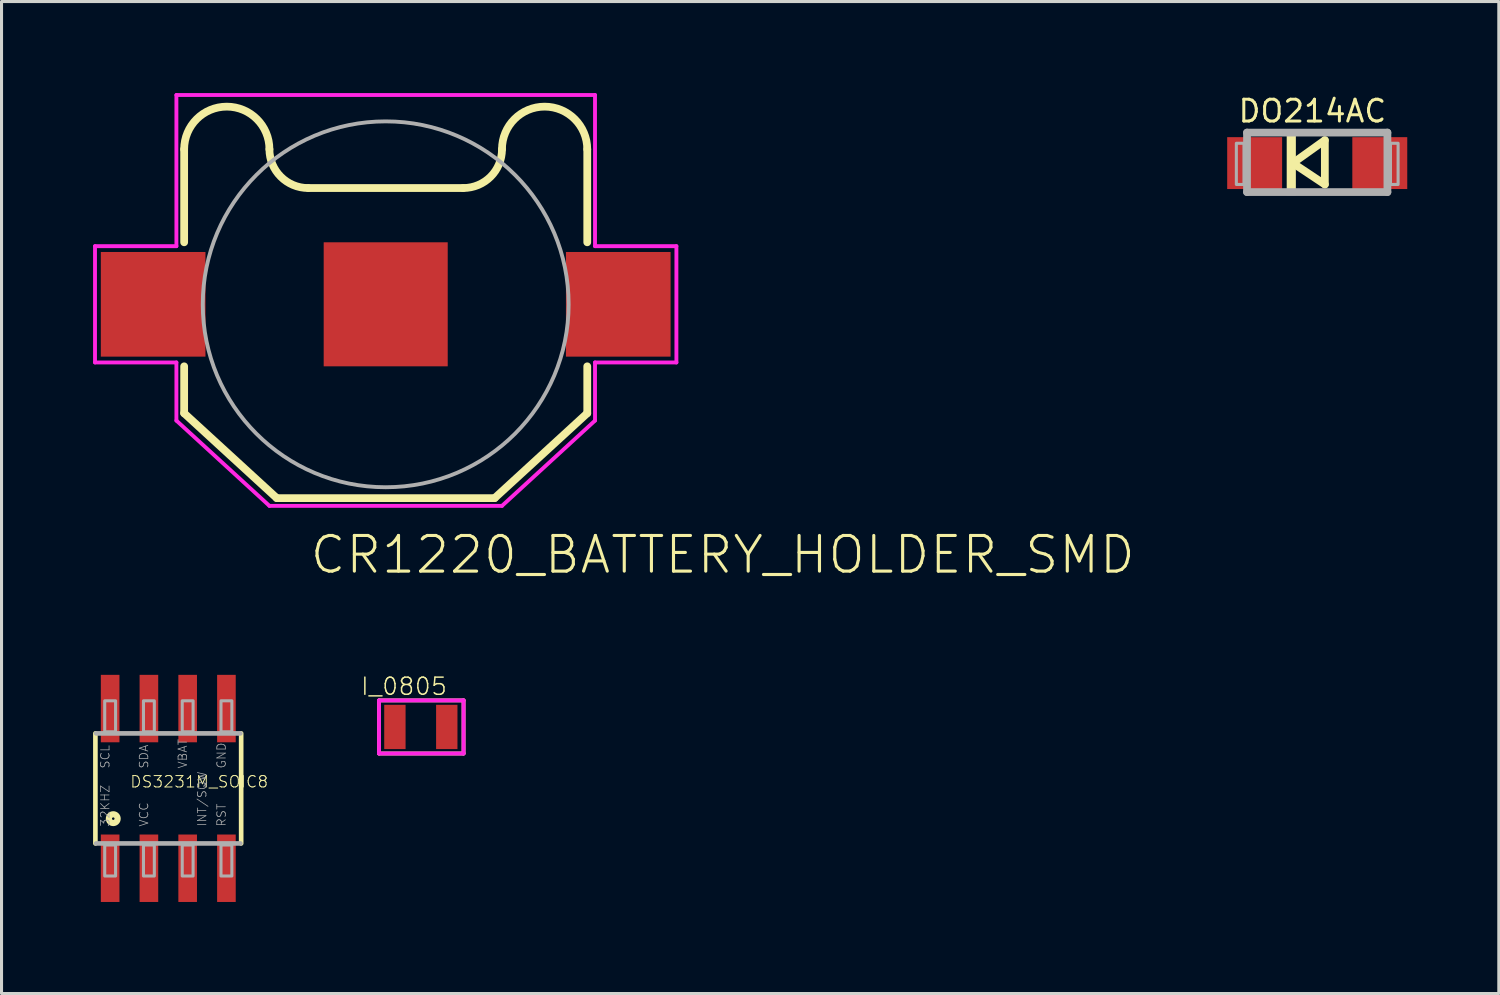
<source format=kicad_pcb>
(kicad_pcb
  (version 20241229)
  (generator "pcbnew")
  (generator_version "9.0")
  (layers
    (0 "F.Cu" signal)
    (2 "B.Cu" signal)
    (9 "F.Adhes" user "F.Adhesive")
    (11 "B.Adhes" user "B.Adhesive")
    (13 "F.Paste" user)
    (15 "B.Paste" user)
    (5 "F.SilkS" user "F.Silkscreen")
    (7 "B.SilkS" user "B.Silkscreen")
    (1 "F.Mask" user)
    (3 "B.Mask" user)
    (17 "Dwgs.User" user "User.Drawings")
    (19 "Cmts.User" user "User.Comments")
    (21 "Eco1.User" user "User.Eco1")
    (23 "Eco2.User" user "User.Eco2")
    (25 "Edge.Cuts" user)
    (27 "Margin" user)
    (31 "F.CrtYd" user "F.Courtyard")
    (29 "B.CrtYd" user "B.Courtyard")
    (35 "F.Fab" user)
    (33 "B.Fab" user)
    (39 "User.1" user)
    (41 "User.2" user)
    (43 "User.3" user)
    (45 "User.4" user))
  (footprint "I_0805"
    (layer "F.Cu")
    (at 10.739 20.769)
    (property "Reference" "I_0805" (at -2 -1 0) (layer "F.SilkS") (effects (font (size 0.561 0.561) (thickness 0.049)) (justify left bottom)))
    (fp_line (start -1.37 0.87) (end -1.37 -0.87) (stroke (width 0.127) (type solid)) (layer "F.SilkS"))
    (fp_line (start -1.36 -0.87) (end 1.4 -0.87) (stroke (width 0.127) (type solid)) (layer "F.SilkS"))
    (fp_line (start 1.4 -0.87) (end 1.4 0.87) (stroke (width 0.127) (type solid)) (layer "F.SilkS"))
    (fp_line (start 1.4 0.87) (end -1.37 0.87) (stroke (width 0.127) (type solid)) (layer "F.SilkS"))
    (fp_line (start -1.37 -0.87) (end 1.4 -0.87) (stroke (width 0.127) (type solid)) (layer "F.CrtYd"))
    (fp_line (start -1.37 0.87) (end -1.37 -0.87) (stroke (width 0.127) (type solid)) (layer "F.CrtYd"))
    (fp_line (start 1.4 -0.87) (end 1.4 0.87) (stroke (width 0.127) (type solid)) (layer "F.CrtYd"))
    (fp_line (start 1.4 0.87) (end -1.37 0.87) (stroke (width 0.127) (type solid)) (layer "F.CrtYd"))
    (pad "P$1" smd rect (at -0.85 0) (size 0.7 1.45) (layers "F.Cu" "F.Mask" "F.Paste"))
    (pad "P$2" smd rect (at 0.85 0) (size 0.7 1.45) (layers "F.Cu" "F.Mask" "F.Paste")))
  (footprint "CR1220_BATTERY_HOLDER_SMD"
    (layer "F.Cu")
    (at 9.588 6.921)
    (property "Reference" "CR1220_BATTERY_HOLDER_SMD" (at -2.54 8.89 0) (layer "F.SilkS") (effects (font (size 1.168 1.168) (thickness 0.102)) (justify left bottom)))
    (fp_line (start -6.604 -2.032) (end -6.604 -5.08) (stroke (width 0.254) (type solid)) (layer "F.SilkS"))
    (fp_line (start -6.604 2.032) (end -6.604 3.569) (stroke (width 0.254) (type solid)) (layer "F.SilkS"))
    (fp_line (start -6.604 3.569) (end -3.569 6.35) (stroke (width 0.254) (type solid)) (layer "F.SilkS"))
    (fp_line (start -3.569 6.35) (end 3.569 6.35) (stroke (width 0.254) (type solid)) (layer "F.SilkS"))
    (fp_line (start -2.54 -3.81) (end 2.54 -3.81) (stroke (width 0.254) (type solid)) (layer "F.SilkS"))
    (fp_line (start 3.569 6.35) (end 6.604 3.569) (stroke (width 0.254) (type solid)) (layer "F.SilkS"))
    (fp_line (start 6.604 -2.032) (end 6.604 -5.08) (stroke (width 0.254) (type solid)) (layer "F.SilkS"))
    (fp_line (start 6.604 2.032) (end 6.604 3.569) (stroke (width 0.254) (type solid)) (layer "F.SilkS"))
    (fp_arc (start -6.604 -5.08) (mid -5.207 -6.477) (end -3.81 -5.08) (stroke (width 0.254) (type solid)) (layer "F.SilkS"))
    (fp_arc (start -2.54 -3.81) (mid -3.438026 -4.181974) (end -3.81 -5.08) (stroke (width 0.254) (type solid)) (layer "F.SilkS"))
    (fp_arc (start 3.81 -5.08) (mid 3.438026 -4.181974) (end 2.54 -3.81) (stroke (width 0.254) (type solid)) (layer "F.SilkS"))
    (fp_arc (start 3.81 -5.08) (mid 5.207 -6.477) (end 6.604 -5.08) (stroke (width 0.254) (type solid)) (layer "F.SilkS"))
    (fp_line (start -9.525 -1.905) (end -9.525 1.905) (stroke (width 0.127) (type solid)) (layer "F.CrtYd"))
    (fp_line (start -9.525 1.905) (end -6.858 1.905) (stroke (width 0.127) (type solid)) (layer "F.CrtYd"))
    (fp_line (start -6.858 -6.858) (end -6.858 -1.905) (stroke (width 0.127) (type solid)) (layer "F.CrtYd"))
    (fp_line (start -6.858 -1.905) (end -9.525 -1.905) (stroke (width 0.127) (type solid)) (layer "F.CrtYd"))
    (fp_line (start -6.858 1.905) (end -6.858 3.81) (stroke (width 0.127) (type solid)) (layer "F.CrtYd"))
    (fp_line (start -6.858 3.81) (end -3.81 6.604) (stroke (width 0.127) (type solid)) (layer "F.CrtYd"))
    (fp_line (start -3.81 6.604) (end 3.81 6.604) (stroke (width 0.127) (type solid)) (layer "F.CrtYd"))
    (fp_line (start 3.81 6.604) (end 6.858 3.81) (stroke (width 0.127) (type solid)) (layer "F.CrtYd"))
    (fp_line (start 6.858 -6.858) (end -6.858 -6.858) (stroke (width 0.127) (type solid)) (layer "F.CrtYd"))
    (fp_line (start 6.858 -1.905) (end 6.858 -6.858) (stroke (width 0.127) (type solid)) (layer "F.CrtYd"))
    (fp_line (start 6.858 1.905) (end 9.525 1.905) (stroke (width 0.127) (type solid)) (layer "F.CrtYd"))
    (fp_line (start 6.858 3.81) (end 6.858 1.905) (stroke (width 0.127) (type solid)) (layer "F.CrtYd"))
    (fp_line (start 9.525 -1.905) (end 6.858 -1.905) (stroke (width 0.127) (type solid)) (layer "F.CrtYd"))
    (fp_line (start 9.525 1.905) (end 9.525 -1.905) (stroke (width 0.127) (type solid)) (layer "F.CrtYd"))
    (fp_circle (center 0 0) (end 5.994 0) (stroke (width 0.127) (type solid)) (fill no) (layer "F.Fab"))
    (pad "GND" smd rect (at 0 0) (size 4.064 4.064) (layers "F.Cu" "F.Mask" "F.Paste"))
    (pad "P$1" smd rect (at -7.62 0) (size 3.429 3.429) (layers "F.Cu" "F.Mask" "F.Paste"))
    (pad "P$2" smd rect (at 7.62 0) (size 3.429 3.429) (layers "F.Cu" "F.Mask" "F.Paste")))
  (footprint "DO214AC"
    (layer "F.Cu")
    (at 40.11 2.294)
    (property "Reference" "DO214AC" (at -2.64 -1.286 0) (layer "F.SilkS") (effects (font (size 0.715 0.715) (thickness 0.098)) (justify left bottom)))
    (fp_line (start -0.8 0) (end 0.25 -0.75) (stroke (width 0.254) (type solid)) (layer "F.SilkS"))
    (fp_line (start 0.25 -0.75) (end 0.25 0.7) (stroke (width 0.254) (type solid)) (layer "F.SilkS"))
    (fp_line (start 0.25 0.7) (end -0.8 0) (stroke (width 0.254) (type solid)) (layer "F.SilkS"))
    (fp_poly (pts (xy -1 1.05) (xy -0.7 1.05) (xy -0.7 -1.05) (xy -1 -1.05)) (stroke (width 0) (type solid)) (fill yes) (layer "F.SilkS"))
    (fp_line (start -2.3 -1) (end 2.3 -1) (stroke (width 0.254) (type solid)) (layer "F.Fab"))
    (fp_line (start -2.3 0.95) (end -2.3 -1) (stroke (width 0.254) (type solid)) (layer "F.Fab"))
    (fp_line (start 2.3 -1) (end 2.3 0.95) (stroke (width 0.254) (type solid)) (layer "F.Fab"))
    (fp_line (start 2.3 0.95) (end -2.3 0.95) (stroke (width 0.254) (type solid)) (layer "F.Fab"))
    (fp_poly (pts (xy -2.65 0.7) (xy -2.4 0.7) (xy -2.4 -0.65) (xy -2.65 -0.65)) (stroke (width 0.1) (type solid)) (fill no) (layer "F.Fab"))
    (fp_poly (pts (xy 2.4 0.7) (xy 2.65 0.7) (xy 2.65 -0.65) (xy 2.4 -0.65)) (stroke (width 0.1) (type solid)) (fill no) (layer "F.Fab"))
    (pad "A" smd rect (at 2.05 0) (size 1.8 1.7) (layers "F.Cu" "F.Mask" "F.Paste"))
    (pad "C" smd rect (at -2.05 0) (size 1.8 1.7) (layers "F.Cu" "F.Mask" "F.Paste")))
  (footprint "DS3231M_SOIC8"
    (layer "F.Cu")
    (at 2.464 22.783)
    (property "Reference" "DS3231M_SOIC8" (at -1.27 0 0) (layer "F.SilkS") (effects (font (size 0.374 0.374) (thickness 0.033)) (justify left bottom)))
    (fp_line (start -2.388 -1.803) (end -2.388 1.803) (stroke (width 0.152) (type solid)) (layer "F.SilkS"))
    (fp_line (start 2.388 1.803) (end 2.388 -1.803) (stroke (width 0.152) (type solid)) (layer "F.SilkS"))
    (fp_circle (center -1.803 0.991) (end -1.66 0.991) (stroke (width 0.203) (type solid)) (fill no) (layer "F.SilkS"))
    (fp_line (start -2.362 1.803) (end 2.362 1.803) (stroke (width 0.152) (type solid)) (layer "F.Fab"))
    (fp_line (start 2.362 -1.803) (end -2.362 -1.803) (stroke (width 0.152) (type solid)) (layer "F.Fab"))
    (fp_poly (pts (xy -2.083 -1.854) (xy -1.727 -1.854) (xy -1.727 -2.87) (xy -2.083 -2.87)) (stroke (width 0.1) (type solid)) (fill no) (layer "F.Fab"))
    (fp_poly (pts (xy -2.083 2.87) (xy -1.727 2.87) (xy -1.727 1.854) (xy -2.083 1.854)) (stroke (width 0.1) (type solid)) (fill no) (layer "F.Fab"))
    (fp_poly (pts (xy -0.813 -1.854) (xy -0.457 -1.854) (xy -0.457 -2.87) (xy -0.813 -2.87)) (stroke (width 0.1) (type solid)) (fill no) (layer "F.Fab"))
    (fp_poly (pts (xy -0.813 2.87) (xy -0.457 2.87) (xy -0.457 1.854) (xy -0.813 1.854)) (stroke (width 0.1) (type solid)) (fill no) (layer "F.Fab"))
    (fp_poly (pts (xy 0.457 -1.854) (xy 0.813 -1.854) (xy 0.813 -2.87) (xy 0.457 -2.87)) (stroke (width 0.1) (type solid)) (fill no) (layer "F.Fab"))
    (fp_poly (pts (xy 0.457 2.87) (xy 0.813 2.87) (xy 0.813 1.854) (xy 0.457 1.854)) (stroke (width 0.1) (type solid)) (fill no) (layer "F.Fab"))
    (fp_poly (pts (xy 1.727 -1.854) (xy 2.083 -1.854) (xy 2.083 -2.87) (xy 1.727 -2.87)) (stroke (width 0.1) (type solid)) (fill no) (layer "F.Fab"))
    (fp_poly (pts (xy 1.727 2.87) (xy 2.083 2.87) (xy 2.083 1.854) (xy 1.727 1.854)) (stroke (width 0.1) (type solid)) (fill no) (layer "F.Fab"))
    (fp_text user "SCL" (at -1.905 -0.635 90) (layer "F.Fab") (effects (font (size 0.28 0.28) (thickness 0.024)) (justify left bottom)))
    (fp_text user "VBAT" (at 0.635 -0.635 90) (layer "F.Fab") (effects (font (size 0.28 0.28) (thickness 0.024)) (justify left bottom)))
    (fp_text user "32KHZ" (at -1.905 1.27 90) (layer "F.Fab") (effects (font (size 0.28 0.28) (thickness 0.024)) (justify left bottom)))
    (fp_text user "INT/SQW" (at 1.27 1.27 90) (layer "F.Fab") (effects (font (size 0.28 0.28) (thickness 0.024)) (justify left bottom)))
    (fp_text user "VCC" (at -0.635 1.27 90) (layer "F.Fab") (effects (font (size 0.28 0.28) (thickness 0.024)) (justify left bottom)))
    (fp_text user "GND" (at 1.905 -0.635 90) (layer "F.Fab") (effects (font (size 0.28 0.28) (thickness 0.024)) (justify left bottom)))
    (fp_text user "SDA" (at -0.635 -0.635 90) (layer "F.Fab") (effects (font (size 0.28 0.28) (thickness 0.024)) (justify left bottom)))
    (fp_text user "RST" (at 1.905 1.27 90) (layer "F.Fab") (effects (font (size 0.28 0.28) (thickness 0.024)) (justify left bottom)))
    (pad "1" smd rect (at -1.905 2.616) (size 0.61 2.21) (layers "F.Cu" "F.Mask" "F.Paste"))
    (pad "2" smd rect (at -0.635 2.616) (size 0.61 2.21) (layers "F.Cu" "F.Mask" "F.Paste"))
    (pad "3" smd rect (at 0.635 2.616) (size 0.61 2.21) (layers "F.Cu" "F.Mask" "F.Paste"))
    (pad "4" smd rect (at 1.905 2.616) (size 0.61 2.21) (layers "F.Cu" "F.Mask" "F.Paste"))
    (pad "5" smd rect (at 1.905 -2.616) (size 0.61 2.21) (layers "F.Cu" "F.Mask" "F.Paste"))
    (pad "6" smd rect (at 0.635 -2.616) (size 0.61 2.21) (layers "F.Cu" "F.Mask" "F.Paste"))
    (pad "7" smd rect (at -0.635 -2.616) (size 0.61 2.21) (layers "F.Cu" "F.Mask" "F.Paste"))
    (pad "8" smd rect (at -1.905 -2.616) (size 0.61 2.21) (layers "F.Cu" "F.Mask" "F.Paste")))
  (gr_rect
    (start -3 -3)
    (end 46.06 29.504)
    (stroke (width 0.1) (type default))
    (fill no)
    (layer "Edge.Cuts")))
</source>
